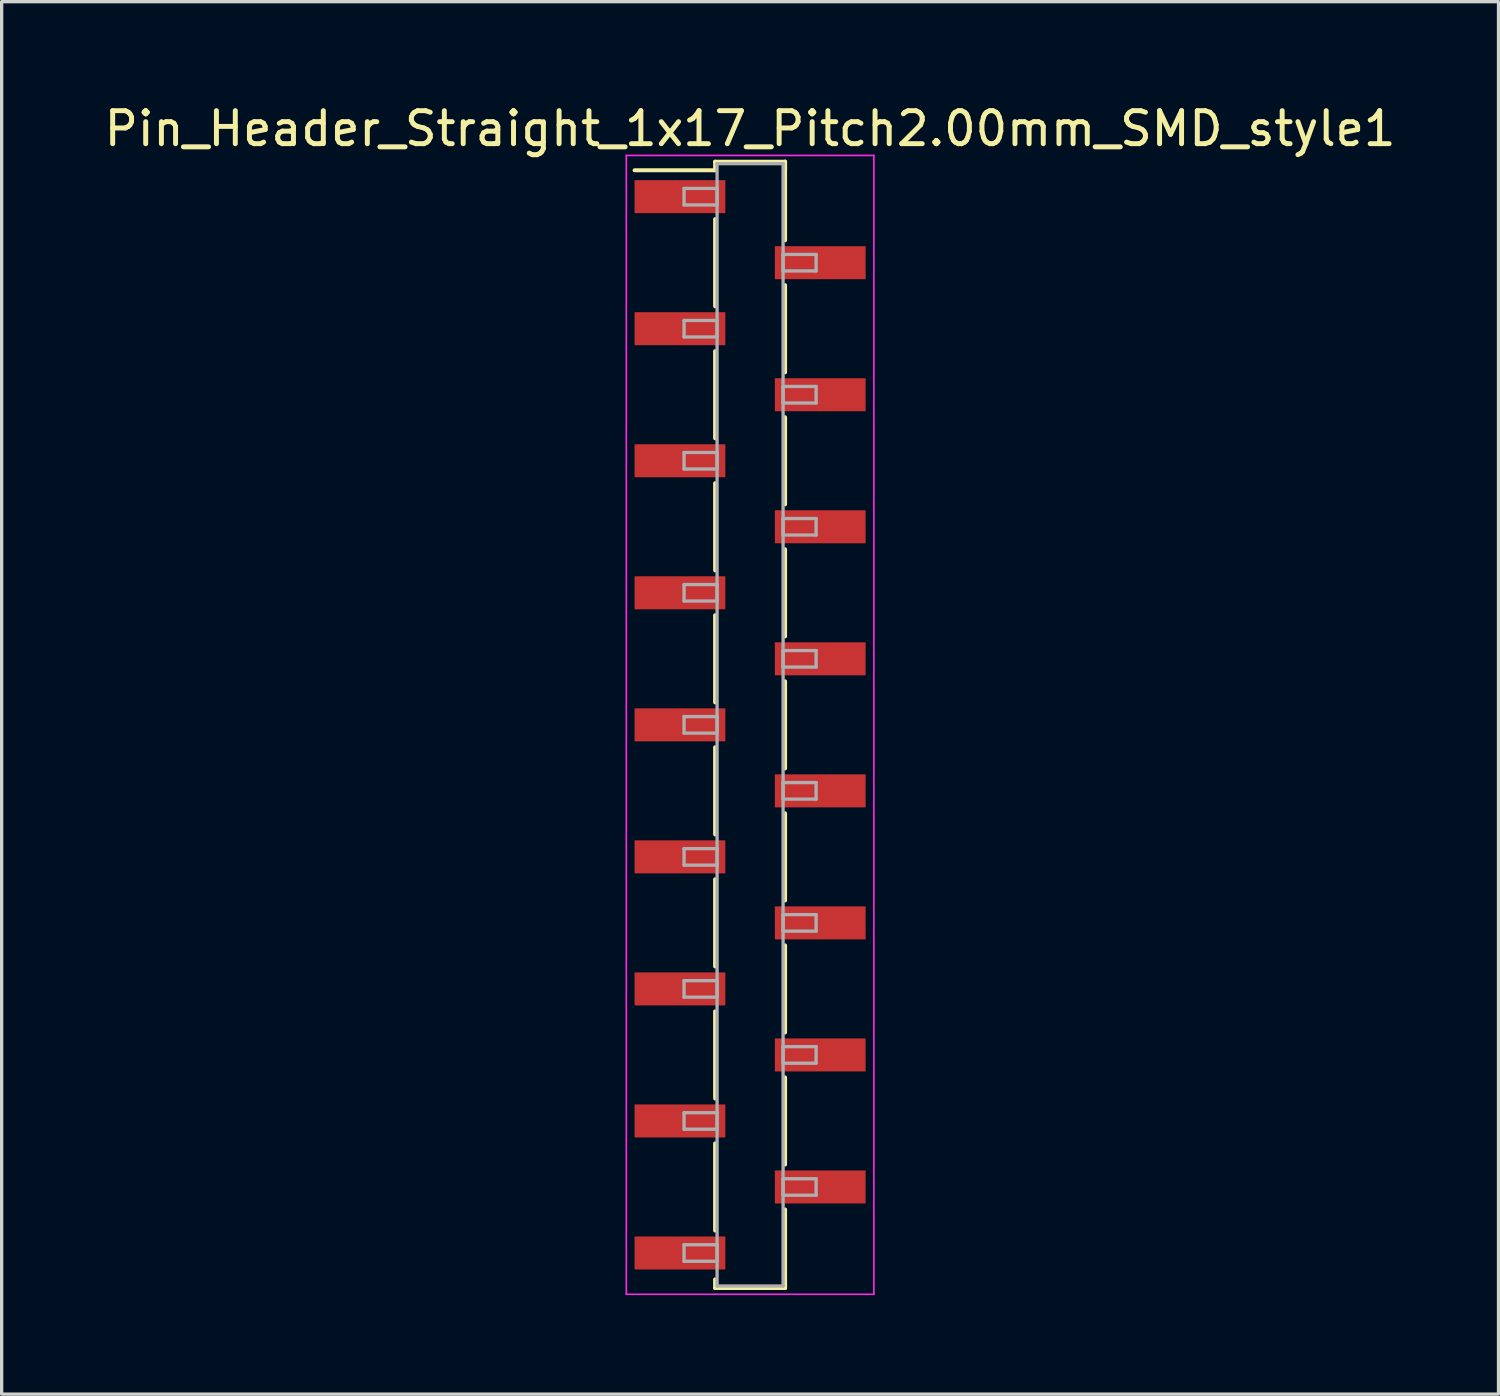
<source format=kicad_pcb>
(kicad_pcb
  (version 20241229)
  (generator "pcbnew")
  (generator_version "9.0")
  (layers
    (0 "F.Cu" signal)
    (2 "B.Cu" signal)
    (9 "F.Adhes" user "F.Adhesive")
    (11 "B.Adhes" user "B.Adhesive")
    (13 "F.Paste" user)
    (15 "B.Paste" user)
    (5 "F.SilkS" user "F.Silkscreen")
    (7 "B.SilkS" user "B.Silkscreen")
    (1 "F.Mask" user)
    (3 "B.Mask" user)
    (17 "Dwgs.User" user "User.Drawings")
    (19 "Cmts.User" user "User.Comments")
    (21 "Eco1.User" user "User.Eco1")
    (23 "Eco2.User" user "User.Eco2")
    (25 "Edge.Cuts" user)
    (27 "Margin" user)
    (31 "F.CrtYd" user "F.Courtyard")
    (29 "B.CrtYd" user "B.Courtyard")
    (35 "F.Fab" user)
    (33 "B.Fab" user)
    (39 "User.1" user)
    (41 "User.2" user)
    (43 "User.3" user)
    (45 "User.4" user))
  (footprint "Pin_Header_Straight_1x17_Pitch2.00mm_SMD_style1"
    (layer "F.Cu")
    (at 19.673 18.908)
    (property "Reference" "Pin_Header_Straight_1x17_Pitch2.00mm_SMD_style1" (at 0 -18.06 0) (layer "F.SilkS") (effects (font (size 1 1) (thickness 0.15))))
    (attr smd)
    (fp_line (start -1.06 -17.06) (end 1.06 -17.06) (stroke (width 0.12) (type solid)) (layer "F.SilkS"))
    (fp_line (start -1.06 -16.8) (end -3.5 -16.8) (stroke (width 0.12) (type solid)) (layer "F.SilkS"))
    (fp_line (start -1.06 -16.8) (end -1.06 -17.06) (stroke (width 0.12) (type solid)) (layer "F.SilkS"))
    (fp_line (start -1.06 -15.32) (end -1.06 -12.68) (stroke (width 0.12) (type solid)) (layer "F.SilkS"))
    (fp_line (start -1.06 -11.32) (end -1.06 -8.68) (stroke (width 0.12) (type solid)) (layer "F.SilkS"))
    (fp_line (start -1.06 -7.32) (end -1.06 -4.68) (stroke (width 0.12) (type solid)) (layer "F.SilkS"))
    (fp_line (start -1.06 -3.32) (end -1.06 -0.68) (stroke (width 0.12) (type solid)) (layer "F.SilkS"))
    (fp_line (start -1.06 0.68) (end -1.06 3.32) (stroke (width 0.12) (type solid)) (layer "F.SilkS"))
    (fp_line (start -1.06 4.68) (end -1.06 7.32) (stroke (width 0.12) (type solid)) (layer "F.SilkS"))
    (fp_line (start -1.06 8.68) (end -1.06 11.32) (stroke (width 0.12) (type solid)) (layer "F.SilkS"))
    (fp_line (start -1.06 12.68) (end -1.06 15.32) (stroke (width 0.12) (type solid)) (layer "F.SilkS"))
    (fp_line (start -1.06 16.8) (end -1.06 17.06) (stroke (width 0.12) (type solid)) (layer "F.SilkS"))
    (fp_line (start -1.06 17.06) (end 1.06 17.06) (stroke (width 0.12) (type solid)) (layer "F.SilkS"))
    (fp_line (start 1.06 -17.06) (end 1.06 -16.8) (stroke (width 0.12) (type solid)) (layer "F.SilkS"))
    (fp_line (start 1.06 -17.06) (end 1.06 -14.68) (stroke (width 0.12) (type solid)) (layer "F.SilkS"))
    (fp_line (start 1.06 -13.32) (end 1.06 -10.68) (stroke (width 0.12) (type solid)) (layer "F.SilkS"))
    (fp_line (start 1.06 -9.32) (end 1.06 -6.68) (stroke (width 0.12) (type solid)) (layer "F.SilkS"))
    (fp_line (start 1.06 -5.32) (end 1.06 -2.68) (stroke (width 0.12) (type solid)) (layer "F.SilkS"))
    (fp_line (start 1.06 -1.32) (end 1.06 1.32) (stroke (width 0.12) (type solid)) (layer "F.SilkS"))
    (fp_line (start 1.06 2.68) (end 1.06 5.32) (stroke (width 0.12) (type solid)) (layer "F.SilkS"))
    (fp_line (start 1.06 6.68) (end 1.06 9.32) (stroke (width 0.12) (type solid)) (layer "F.SilkS"))
    (fp_line (start 1.06 10.68) (end 1.06 13.32) (stroke (width 0.12) (type solid)) (layer "F.SilkS"))
    (fp_line (start 1.06 14.68) (end 1.06 17.06) (stroke (width 0.12) (type solid)) (layer "F.SilkS"))
    (fp_line (start 1.06 17.06) (end 1.06 16.8) (stroke (width 0.12) (type solid)) (layer "F.SilkS"))
    (fp_line (start -3.75 -17.25) (end -3.75 17.25) (stroke (width 0.05) (type solid)) (layer "F.CrtYd"))
    (fp_line (start -3.75 17.25) (end 3.75 17.25) (stroke (width 0.05) (type solid)) (layer "F.CrtYd"))
    (fp_line (start 3.75 -17.25) (end -3.75 -17.25) (stroke (width 0.05) (type solid)) (layer "F.CrtYd"))
    (fp_line (start 3.75 17.25) (end 3.75 -17.25) (stroke (width 0.05) (type solid)) (layer "F.CrtYd"))
    (fp_line (start -2 -16.25) (end -1 -16.25) (stroke (width 0.1) (type solid)) (layer "F.Fab"))
    (fp_line (start -2 -15.75) (end -2 -16.25) (stroke (width 0.1) (type solid)) (layer "F.Fab"))
    (fp_line (start -2 -12.25) (end -1 -12.25) (stroke (width 0.1) (type solid)) (layer "F.Fab"))
    (fp_line (start -2 -11.75) (end -2 -12.25) (stroke (width 0.1) (type solid)) (layer "F.Fab"))
    (fp_line (start -2 -8.25) (end -1 -8.25) (stroke (width 0.1) (type solid)) (layer "F.Fab"))
    (fp_line (start -2 -7.75) (end -2 -8.25) (stroke (width 0.1) (type solid)) (layer "F.Fab"))
    (fp_line (start -2 -4.25) (end -1 -4.25) (stroke (width 0.1) (type solid)) (layer "F.Fab"))
    (fp_line (start -2 -3.75) (end -2 -4.25) (stroke (width 0.1) (type solid)) (layer "F.Fab"))
    (fp_line (start -2 -0.25) (end -1 -0.25) (stroke (width 0.1) (type solid)) (layer "F.Fab"))
    (fp_line (start -2 0.25) (end -2 -0.25) (stroke (width 0.1) (type solid)) (layer "F.Fab"))
    (fp_line (start -2 3.75) (end -1 3.75) (stroke (width 0.1) (type solid)) (layer "F.Fab"))
    (fp_line (start -2 4.25) (end -2 3.75) (stroke (width 0.1) (type solid)) (layer "F.Fab"))
    (fp_line (start -2 7.75) (end -1 7.75) (stroke (width 0.1) (type solid)) (layer "F.Fab"))
    (fp_line (start -2 8.25) (end -2 7.75) (stroke (width 0.1) (type solid)) (layer "F.Fab"))
    (fp_line (start -2 11.75) (end -1 11.75) (stroke (width 0.1) (type solid)) (layer "F.Fab"))
    (fp_line (start -2 12.25) (end -2 11.75) (stroke (width 0.1) (type solid)) (layer "F.Fab"))
    (fp_line (start -2 15.75) (end -1 15.75) (stroke (width 0.1) (type solid)) (layer "F.Fab"))
    (fp_line (start -2 16.25) (end -2 15.75) (stroke (width 0.1) (type solid)) (layer "F.Fab"))
    (fp_line (start -1 -17) (end -1 17) (stroke (width 0.1) (type solid)) (layer "F.Fab"))
    (fp_line (start -1 -16.25) (end -1 -15.75) (stroke (width 0.1) (type solid)) (layer "F.Fab"))
    (fp_line (start -1 -15.75) (end -2 -15.75) (stroke (width 0.1) (type solid)) (layer "F.Fab"))
    (fp_line (start -1 -12.25) (end -1 -11.75) (stroke (width 0.1) (type solid)) (layer "F.Fab"))
    (fp_line (start -1 -11.75) (end -2 -11.75) (stroke (width 0.1) (type solid)) (layer "F.Fab"))
    (fp_line (start -1 -8.25) (end -1 -7.75) (stroke (width 0.1) (type solid)) (layer "F.Fab"))
    (fp_line (start -1 -7.75) (end -2 -7.75) (stroke (width 0.1) (type solid)) (layer "F.Fab"))
    (fp_line (start -1 -4.25) (end -1 -3.75) (stroke (width 0.1) (type solid)) (layer "F.Fab"))
    (fp_line (start -1 -3.75) (end -2 -3.75) (stroke (width 0.1) (type solid)) (layer "F.Fab"))
    (fp_line (start -1 -0.25) (end -1 0.25) (stroke (width 0.1) (type solid)) (layer "F.Fab"))
    (fp_line (start -1 0.25) (end -2 0.25) (stroke (width 0.1) (type solid)) (layer "F.Fab"))
    (fp_line (start -1 3.75) (end -1 4.25) (stroke (width 0.1) (type solid)) (layer "F.Fab"))
    (fp_line (start -1 4.25) (end -2 4.25) (stroke (width 0.1) (type solid)) (layer "F.Fab"))
    (fp_line (start -1 7.75) (end -1 8.25) (stroke (width 0.1) (type solid)) (layer "F.Fab"))
    (fp_line (start -1 8.25) (end -2 8.25) (stroke (width 0.1) (type solid)) (layer "F.Fab"))
    (fp_line (start -1 11.75) (end -1 12.25) (stroke (width 0.1) (type solid)) (layer "F.Fab"))
    (fp_line (start -1 12.25) (end -2 12.25) (stroke (width 0.1) (type solid)) (layer "F.Fab"))
    (fp_line (start -1 15.75) (end -1 16.25) (stroke (width 0.1) (type solid)) (layer "F.Fab"))
    (fp_line (start -1 16.25) (end -2 16.25) (stroke (width 0.1) (type solid)) (layer "F.Fab"))
    (fp_line (start -1 17) (end 1 17) (stroke (width 0.1) (type solid)) (layer "F.Fab"))
    (fp_line (start 1 -17) (end -1 -17) (stroke (width 0.1) (type solid)) (layer "F.Fab"))
    (fp_line (start 1 -14.25) (end 1 -13.75) (stroke (width 0.1) (type solid)) (layer "F.Fab"))
    (fp_line (start 1 -13.75) (end 2 -13.75) (stroke (width 0.1) (type solid)) (layer "F.Fab"))
    (fp_line (start 1 -10.25) (end 1 -9.75) (stroke (width 0.1) (type solid)) (layer "F.Fab"))
    (fp_line (start 1 -9.75) (end 2 -9.75) (stroke (width 0.1) (type solid)) (layer "F.Fab"))
    (fp_line (start 1 -6.25) (end 1 -5.75) (stroke (width 0.1) (type solid)) (layer "F.Fab"))
    (fp_line (start 1 -5.75) (end 2 -5.75) (stroke (width 0.1) (type solid)) (layer "F.Fab"))
    (fp_line (start 1 -2.25) (end 1 -1.75) (stroke (width 0.1) (type solid)) (layer "F.Fab"))
    (fp_line (start 1 -1.75) (end 2 -1.75) (stroke (width 0.1) (type solid)) (layer "F.Fab"))
    (fp_line (start 1 1.75) (end 1 2.25) (stroke (width 0.1) (type solid)) (layer "F.Fab"))
    (fp_line (start 1 2.25) (end 2 2.25) (stroke (width 0.1) (type solid)) (layer "F.Fab"))
    (fp_line (start 1 5.75) (end 1 6.25) (stroke (width 0.1) (type solid)) (layer "F.Fab"))
    (fp_line (start 1 6.25) (end 2 6.25) (stroke (width 0.1) (type solid)) (layer "F.Fab"))
    (fp_line (start 1 9.75) (end 1 10.25) (stroke (width 0.1) (type solid)) (layer "F.Fab"))
    (fp_line (start 1 10.25) (end 2 10.25) (stroke (width 0.1) (type solid)) (layer "F.Fab"))
    (fp_line (start 1 13.75) (end 1 14.25) (stroke (width 0.1) (type solid)) (layer "F.Fab"))
    (fp_line (start 1 14.25) (end 2 14.25) (stroke (width 0.1) (type solid)) (layer "F.Fab"))
    (fp_line (start 1 17) (end 1 -17) (stroke (width 0.1) (type solid)) (layer "F.Fab"))
    (fp_line (start 2 -14.25) (end 1 -14.25) (stroke (width 0.1) (type solid)) (layer "F.Fab"))
    (fp_line (start 2 -13.75) (end 2 -14.25) (stroke (width 0.1) (type solid)) (layer "F.Fab"))
    (fp_line (start 2 -10.25) (end 1 -10.25) (stroke (width 0.1) (type solid)) (layer "F.Fab"))
    (fp_line (start 2 -9.75) (end 2 -10.25) (stroke (width 0.1) (type solid)) (layer "F.Fab"))
    (fp_line (start 2 -6.25) (end 1 -6.25) (stroke (width 0.1) (type solid)) (layer "F.Fab"))
    (fp_line (start 2 -5.75) (end 2 -6.25) (stroke (width 0.1) (type solid)) (layer "F.Fab"))
    (fp_line (start 2 -2.25) (end 1 -2.25) (stroke (width 0.1) (type solid)) (layer "F.Fab"))
    (fp_line (start 2 -1.75) (end 2 -2.25) (stroke (width 0.1) (type solid)) (layer "F.Fab"))
    (fp_line (start 2 1.75) (end 1 1.75) (stroke (width 0.1) (type solid)) (layer "F.Fab"))
    (fp_line (start 2 2.25) (end 2 1.75) (stroke (width 0.1) (type solid)) (layer "F.Fab"))
    (fp_line (start 2 5.75) (end 1 5.75) (stroke (width 0.1) (type solid)) (layer "F.Fab"))
    (fp_line (start 2 6.25) (end 2 5.75) (stroke (width 0.1) (type solid)) (layer "F.Fab"))
    (fp_line (start 2 9.75) (end 1 9.75) (stroke (width 0.1) (type solid)) (layer "F.Fab"))
    (fp_line (start 2 10.25) (end 2 9.75) (stroke (width 0.1) (type solid)) (layer "F.Fab"))
    (fp_line (start 2 13.75) (end 1 13.75) (stroke (width 0.1) (type solid)) (layer "F.Fab"))
    (fp_line (start 2 14.25) (end 2 13.75) (stroke (width 0.1) (type solid)) (layer "F.Fab"))
    (pad "1" smd rect (at -2.125 -16) (size 2.75 1) (layers "F.Cu" "F.Mask"))
    (pad "2" smd rect (at 2.125 -14) (size 2.75 1) (layers "F.Cu" "F.Mask"))
    (pad "3" smd rect (at -2.125 -12) (size 2.75 1) (layers "F.Cu" "F.Mask"))
    (pad "4" smd rect (at 2.125 -10) (size 2.75 1) (layers "F.Cu" "F.Mask"))
    (pad "5" smd rect (at -2.125 -8) (size 2.75 1) (layers "F.Cu" "F.Mask"))
    (pad "6" smd rect (at 2.125 -6) (size 2.75 1) (layers "F.Cu" "F.Mask"))
    (pad "7" smd rect (at -2.125 -4) (size 2.75 1) (layers "F.Cu" "F.Mask"))
    (pad "8" smd rect (at 2.125 -2) (size 2.75 1) (layers "F.Cu" "F.Mask"))
    (pad "9" smd rect (at -2.125 0) (size 2.75 1) (layers "F.Cu" "F.Mask"))
    (pad "10" smd rect (at 2.125 2) (size 2.75 1) (layers "F.Cu" "F.Mask"))
    (pad "11" smd rect (at -2.125 4) (size 2.75 1) (layers "F.Cu" "F.Mask"))
    (pad "12" smd rect (at 2.125 6) (size 2.75 1) (layers "F.Cu" "F.Mask"))
    (pad "13" smd rect (at -2.125 8) (size 2.75 1) (layers "F.Cu" "F.Mask"))
    (pad "14" smd rect (at 2.125 10) (size 2.75 1) (layers "F.Cu" "F.Mask"))
    (pad "15" smd rect (at -2.125 12) (size 2.75 1) (layers "F.Cu" "F.Mask"))
    (pad "16" smd rect (at 2.125 14) (size 2.75 1) (layers "F.Cu" "F.Mask"))
    (pad "17" smd rect (at -2.125 16) (size 2.75 1) (layers "F.Cu" "F.Mask")))
  (gr_rect
    (start -3 -3)
    (end 42.345 39.183)
    (stroke (width 0.1) (type default))
    (fill no)
    (layer "Edge.Cuts")))
</source>
